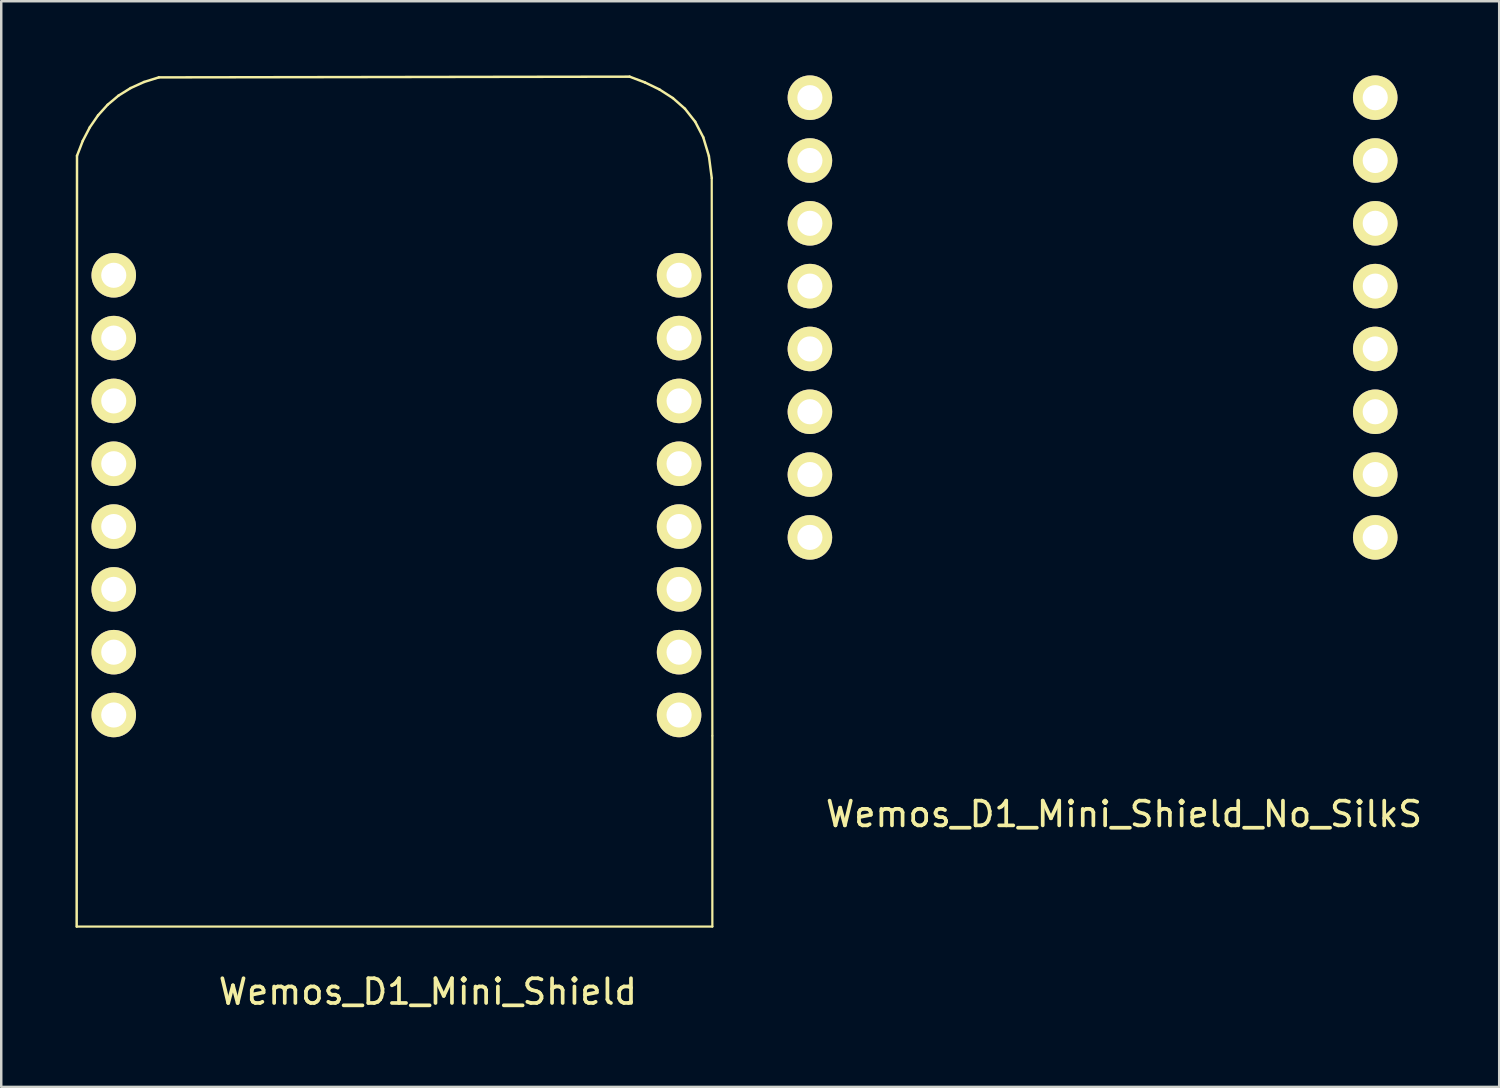
<source format=kicad_pcb>
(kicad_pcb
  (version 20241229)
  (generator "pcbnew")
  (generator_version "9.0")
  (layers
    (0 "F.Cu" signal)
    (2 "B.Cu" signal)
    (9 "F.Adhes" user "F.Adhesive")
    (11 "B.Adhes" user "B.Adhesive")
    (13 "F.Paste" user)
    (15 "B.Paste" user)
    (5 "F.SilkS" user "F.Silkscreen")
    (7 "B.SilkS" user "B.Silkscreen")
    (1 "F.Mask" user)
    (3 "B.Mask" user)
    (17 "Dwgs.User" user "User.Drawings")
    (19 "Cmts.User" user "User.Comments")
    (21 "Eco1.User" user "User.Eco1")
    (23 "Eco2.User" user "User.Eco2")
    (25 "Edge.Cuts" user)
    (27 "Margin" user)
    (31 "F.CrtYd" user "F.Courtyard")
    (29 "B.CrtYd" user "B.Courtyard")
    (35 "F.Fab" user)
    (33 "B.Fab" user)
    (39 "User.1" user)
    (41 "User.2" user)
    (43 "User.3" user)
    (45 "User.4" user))
  (footprint "Wemos_D1_Mini_Shield_No_SilkS"
    (layer "F.Cu")
    (at 41.13 11.06)
    (property "Reference" "Wemos_D1_Mini_Shield_No_SilkS" (at 1.27 18.81 0) (layer "F.SilkS") (effects (font (size 1 1) (thickness 0.15))))
    (attr through_hole)
    (pad "1" thru_hole circle (at -11.43 7.62) (size 1.8 1.8) (drill 1.016) (layers "*.Cu" "*.Mask" "F.SilkS"))
    (pad "2" thru_hole circle (at -11.43 5.08) (size 1.8 1.8) (drill 1.016) (layers "*.Cu" "*.Mask" "F.SilkS"))
    (pad "3" thru_hole circle (at -11.43 2.54) (size 1.8 1.8) (drill 1.016) (layers "*.Cu" "*.Mask" "F.SilkS"))
    (pad "4" thru_hole circle (at -11.43 0) (size 1.8 1.8) (drill 1.016) (layers "*.Cu" "*.Mask" "F.SilkS"))
    (pad "5" thru_hole circle (at -11.43 -2.54) (size 1.8 1.8) (drill 1.016) (layers "*.Cu" "*.Mask" "F.SilkS"))
    (pad "6" thru_hole circle (at -11.43 -5.08) (size 1.8 1.8) (drill 1.016) (layers "*.Cu" "*.Mask" "F.SilkS"))
    (pad "7" thru_hole circle (at -11.43 -7.62) (size 1.8 1.8) (drill 1.016) (layers "*.Cu" "*.Mask" "F.SilkS"))
    (pad "8" thru_hole circle (at -11.43 -10.16) (size 1.8 1.8) (drill 1.016) (layers "*.Cu" "*.Mask" "F.SilkS"))
    (pad "9" thru_hole circle (at 11.43 -10.16) (size 1.8 1.8) (drill 1.016) (layers "*.Cu" "*.Mask" "F.SilkS"))
    (pad "10" thru_hole circle (at 11.43 -7.62) (size 1.8 1.8) (drill 1.016) (layers "*.Cu" "*.Mask" "F.SilkS"))
    (pad "11" thru_hole circle (at 11.43 -5.08) (size 1.8 1.8) (drill 1.016) (layers "*.Cu" "*.Mask" "F.SilkS"))
    (pad "12" thru_hole circle (at 11.43 -2.54) (size 1.8 1.8) (drill 1.016) (layers "*.Cu" "*.Mask" "F.SilkS"))
    (pad "13" thru_hole circle (at 11.43 0) (size 1.8 1.8) (drill 1.016) (layers "*.Cu" "*.Mask" "F.SilkS"))
    (pad "14" thru_hole circle (at 11.43 2.54) (size 1.8 1.8) (drill 1.016) (layers "*.Cu" "*.Mask" "F.SilkS"))
    (pad "15" thru_hole circle (at 11.43 5.08) (size 1.8 1.8) (drill 1.016) (layers "*.Cu" "*.Mask" "F.SilkS"))
    (pad "16" thru_hole circle (at 11.43 7.62) (size 1.8 1.8) (drill 1.016) (layers "*.Cu" "*.Mask" "F.SilkS")))
  (footprint "Wemos_D1_Mini_Shield"
    (layer "F.Cu")
    (at 12.98 18.242)
    (property "Reference" "Wemos_D1_Mini_Shield" (at 1.27 18.81 0) (layer "F.SilkS") (effects (font (size 1 1) (thickness 0.15))))
    (attr through_hole)
    (fp_line (start -12.93 16.177) (end -12.916 -14.993) (stroke (width 0.1) (type solid)) (layer "F.SilkS"))
    (fp_line (start -12.925 16.175) (end 12.775 16.175) (stroke (width 0.09) (type solid)) (layer "F.SilkS"))
    (fp_line (start -12.916 -14.993) (end -12.683 -15.596) (stroke (width 0.1) (type solid)) (layer "F.SilkS"))
    (fp_line (start -12.683 -15.596) (end -12.4 -16.141) (stroke (width 0.1) (type solid)) (layer "F.SilkS"))
    (fp_line (start -12.4 -16.141) (end -12.065 -16.628) (stroke (width 0.1) (type solid)) (layer "F.SilkS"))
    (fp_line (start -12.065 -16.628) (end -11.679 -17.055) (stroke (width 0.1) (type solid)) (layer "F.SilkS"))
    (fp_line (start -11.679 -17.055) (end -11.241 -17.423) (stroke (width 0.1) (type solid)) (layer "F.SilkS"))
    (fp_line (start -11.241 -17.423) (end -10.749 -17.73) (stroke (width 0.1) (type solid)) (layer "F.SilkS"))
    (fp_line (start -10.749 -17.73) (end -10.205 -17.977) (stroke (width 0.1) (type solid)) (layer "F.SilkS"))
    (fp_line (start -10.205 -17.977) (end -9.607 -18.163) (stroke (width 0.1) (type solid)) (layer "F.SilkS"))
    (fp_line (start -9.607 -18.163) (end 9.43 -18.192) (stroke (width 0.1) (type solid)) (layer "F.SilkS"))
    (fp_line (start 9.43 -18.192) (end 10.05 -17.958) (stroke (width 0.1) (type solid)) (layer "F.SilkS"))
    (fp_line (start 10.05 -17.958) (end 10.638 -17.673) (stroke (width 0.1) (type solid)) (layer "F.SilkS"))
    (fp_line (start 10.638 -17.673) (end 11.181 -17.324) (stroke (width 0.1) (type solid)) (layer "F.SilkS"))
    (fp_line (start 11.181 -17.324) (end 11.667 -16.895) (stroke (width 0.1) (type solid)) (layer "F.SilkS"))
    (fp_line (start 11.667 -16.895) (end 12.08 -16.371) (stroke (width 0.1) (type solid)) (layer "F.SilkS"))
    (fp_line (start 12.08 -16.371) (end 12.407 -15.74) (stroke (width 0.1) (type solid)) (layer "F.SilkS"))
    (fp_line (start 12.407 -15.74) (end 12.635 -14.985) (stroke (width 0.1) (type solid)) (layer "F.SilkS"))
    (fp_line (start 12.635 -14.985) (end 12.751 -14.092) (stroke (width 0.1) (type solid)) (layer "F.SilkS"))
    (fp_line (start 12.775 8.45) (end 12.75 -14.075) (stroke (width 0.09) (type solid)) (layer "F.SilkS"))
    (fp_line (start 12.775 16.175) (end 12.775 8.475) (stroke (width 0.09) (type solid)) (layer "F.SilkS"))
    (pad "1" thru_hole circle (at -11.43 7.62) (size 1.8 1.8) (drill 1.016) (layers "*.Cu" "*.Mask" "F.SilkS"))
    (pad "2" thru_hole circle (at -11.43 5.08) (size 1.8 1.8) (drill 1.016) (layers "*.Cu" "*.Mask" "F.SilkS"))
    (pad "3" thru_hole circle (at -11.43 2.54) (size 1.8 1.8) (drill 1.016) (layers "*.Cu" "*.Mask" "F.SilkS"))
    (pad "4" thru_hole circle (at -11.43 0) (size 1.8 1.8) (drill 1.016) (layers "*.Cu" "*.Mask" "F.SilkS"))
    (pad "5" thru_hole circle (at -11.43 -2.54) (size 1.8 1.8) (drill 1.016) (layers "*.Cu" "*.Mask" "F.SilkS"))
    (pad "6" thru_hole circle (at -11.43 -5.08) (size 1.8 1.8) (drill 1.016) (layers "*.Cu" "*.Mask" "F.SilkS"))
    (pad "7" thru_hole circle (at -11.43 -7.62) (size 1.8 1.8) (drill 1.016) (layers "*.Cu" "*.Mask" "F.SilkS"))
    (pad "8" thru_hole circle (at -11.43 -10.16) (size 1.8 1.8) (drill 1.016) (layers "*.Cu" "*.Mask" "F.SilkS"))
    (pad "9" thru_hole circle (at 11.43 -10.16) (size 1.8 1.8) (drill 1.016) (layers "*.Cu" "*.Mask" "F.SilkS"))
    (pad "10" thru_hole circle (at 11.43 -7.62) (size 1.8 1.8) (drill 1.016) (layers "*.Cu" "*.Mask" "F.SilkS"))
    (pad "11" thru_hole circle (at 11.43 -5.08) (size 1.8 1.8) (drill 1.016) (layers "*.Cu" "*.Mask" "F.SilkS"))
    (pad "12" thru_hole circle (at 11.43 -2.54) (size 1.8 1.8) (drill 1.016) (layers "*.Cu" "*.Mask" "F.SilkS"))
    (pad "13" thru_hole circle (at 11.43 0) (size 1.8 1.8) (drill 1.016) (layers "*.Cu" "*.Mask" "F.SilkS"))
    (pad "14" thru_hole circle (at 11.43 2.54) (size 1.8 1.8) (drill 1.016) (layers "*.Cu" "*.Mask" "F.SilkS"))
    (pad "15" thru_hole circle (at 11.43 5.08) (size 1.8 1.8) (drill 1.016) (layers "*.Cu" "*.Mask" "F.SilkS"))
    (pad "16" thru_hole circle (at 11.43 7.62) (size 1.8 1.8) (drill 1.016) (layers "*.Cu" "*.Mask" "F.SilkS")))
  (gr_rect
    (start -3 -3)
    (end 57.573 40.9)
    (stroke (width 0.1) (type default))
    (fill no)
    (layer "Edge.Cuts")))
</source>
